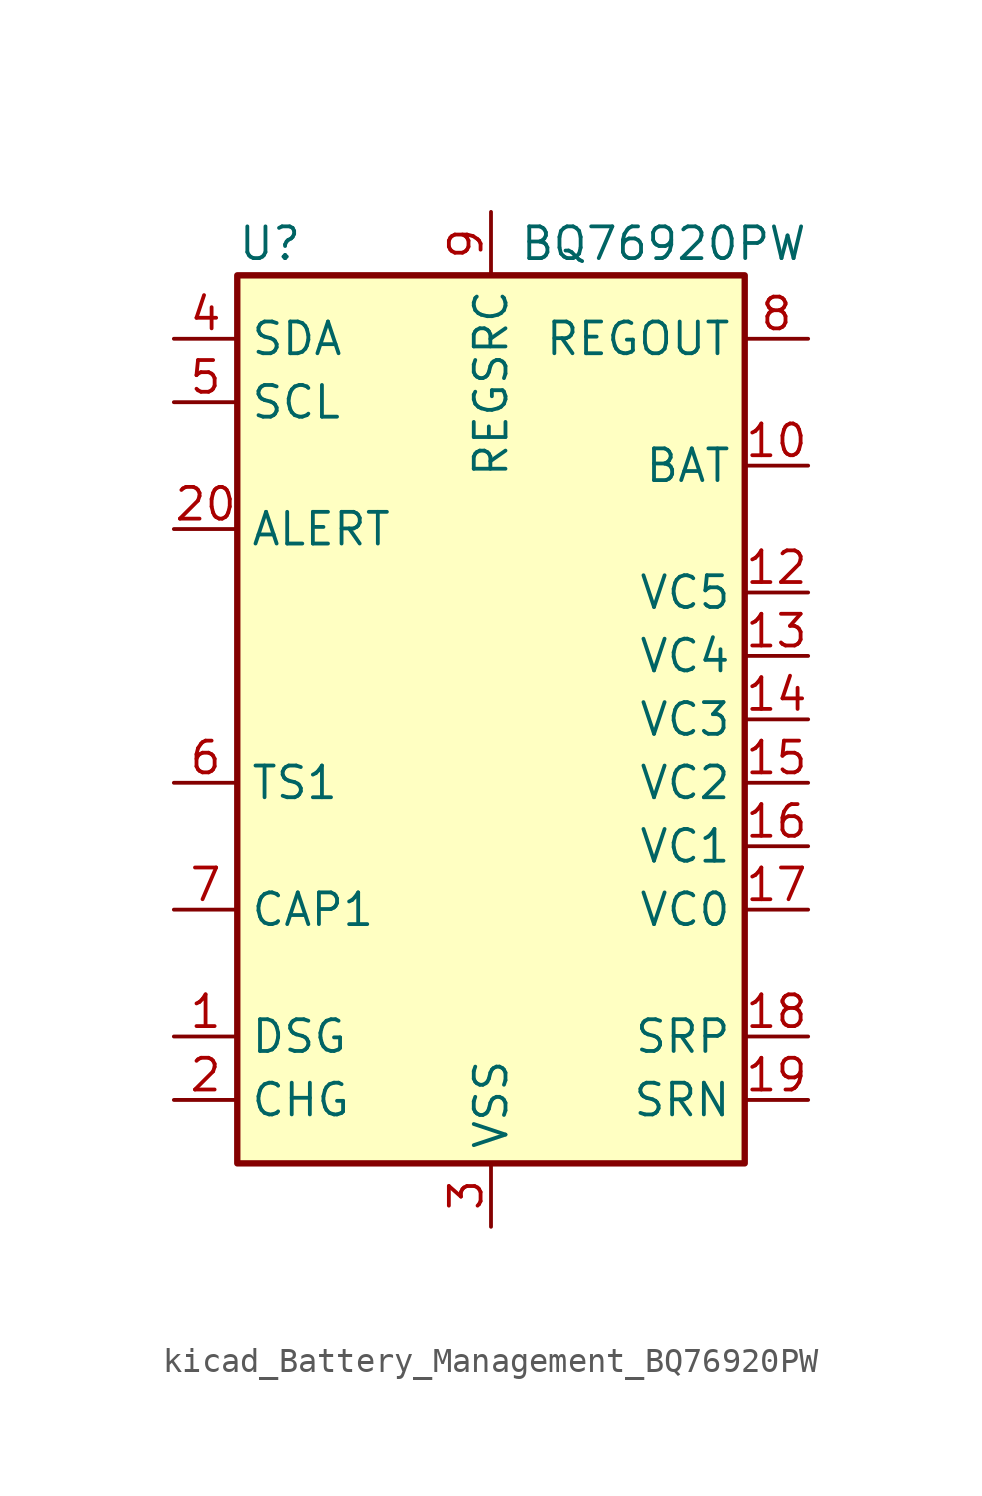
<source format=kicad_sym>
(kicad_symbol_lib
  (version 20220914)
  (generator kicad_symbol_editor)
  (symbol "kicad_Battery_Management_BQ76920PW"
    (property "Reference" "U"
      (at -10.16 19.05 0)
      (effects (font (size 1.27 1.27)) (justify left)))
    (property "Value" "BQ76920PW"
      (at 12.7 19.05 0)
      (effects (font (size 1.27 1.27)) (justify right)))
    (symbol "kicad_Battery_Management_BQ76920PW_0_1"
      (rectangle (start -10.16 17.78) (end 10.16 -17.78) (stroke (width 0.254) (type default)) (fill (type background))))
    (symbol "kicad_Battery_Management_BQ76920PW_1_0"
      (pin input line (at 12.7 10.16 180) (length 2.54) (name "BAT" (effects (font (size 1.27 1.27)))) (number "10" (effects (font (size 1.27 1.27)))))
      (pin no_connect line (at -2.54 -17.78 90) (length 2.54) hide (name "NC" (effects (font (size 1.27 1.27)))) (number "11" (effects (font (size 1.27 1.27)))))
      (pin input line (at 12.7 5.08 180) (length 2.54) (name "VC5" (effects (font (size 1.27 1.27)))) (number "12" (effects (font (size 1.27 1.27)))))
      (pin input line (at 12.7 2.54 180) (length 2.54) (name "VC4" (effects (font (size 1.27 1.27)))) (number "13" (effects (font (size 1.27 1.27)))))
      (pin input line (at 12.7 0 180) (length 2.54) (name "VC3" (effects (font (size 1.27 1.27)))) (number "14" (effects (font (size 1.27 1.27)))))
      (pin input line (at 12.7 -2.54 180) (length 2.54) (name "VC2" (effects (font (size 1.27 1.27)))) (number "15" (effects (font (size 1.27 1.27)))))
      (pin input line (at 12.7 -5.08 180) (length 2.54) (name "VC1" (effects (font (size 1.27 1.27)))) (number "16" (effects (font (size 1.27 1.27)))))
      (pin input line (at 12.7 -7.62 180) (length 2.54) (name "VC0" (effects (font (size 1.27 1.27)))) (number "17" (effects (font (size 1.27 1.27)))))
      (pin input line (at 12.7 -12.7 180) (length 2.54) (name "SRP" (effects (font (size 1.27 1.27)))) (number "18" (effects (font (size 1.27 1.27)))))
      (pin input line (at 12.7 -15.24 180) (length 2.54) (name "SRN" (effects (font (size 1.27 1.27)))) (number "19" (effects (font (size 1.27 1.27)))))
      (pin bidirectional line (at -12.7 7.62 0) (length 2.54) (name "ALERT" (effects (font (size 1.27 1.27)))) (number "20" (effects (font (size 1.27 1.27)))))
      (pin passive line (at -12.7 -2.54 0) (length 2.54) (name "TS1" (effects (font (size 1.27 1.27)))) (number "6" (effects (font (size 1.27 1.27)))))
      (pin passive line (at -12.7 -7.62 0) (length 2.54) (name "CAP1" (effects (font (size 1.27 1.27)))) (number "7" (effects (font (size 1.27 1.27)))))
      (pin power_out line (at 12.7 15.24 180) (length 2.54) (name "REGOUT" (effects (font (size 1.27 1.27)))) (number "8" (effects (font (size 1.27 1.27)))))
      (pin power_in line (at 0 20.32 270) (length 2.54) (name "REGSRC" (effects (font (size 1.27 1.27)))) (number "9" (effects (font (size 1.27 1.27))))))
    (symbol "kicad_Battery_Management_BQ76920PW_1_1"
      (pin output line (at -12.7 -12.7 0) (length 2.54) (name "DSG" (effects (font (size 1.27 1.27)))) (number "1" (effects (font (size 1.27 1.27)))))
      (pin output line (at -12.7 -15.24 0) (length 2.54) (name "CHG" (effects (font (size 1.27 1.27)))) (number "2" (effects (font (size 1.27 1.27)))))
      (pin power_in line (at 0 -20.32 90) (length 2.54) (name "VSS" (effects (font (size 1.27 1.27)))) (number "3" (effects (font (size 1.27 1.27)))))
      (pin bidirectional line (at -12.7 15.24 0) (length 2.54) (name "SDA" (effects (font (size 1.27 1.27)))) (number "4" (effects (font (size 1.27 1.27)))))
      (pin input line (at -12.7 12.7 0) (length 2.54) (name "SCL" (effects (font (size 1.27 1.27)))) (number "5" (effects (font (size 1.27 1.27))))))))
</source>
